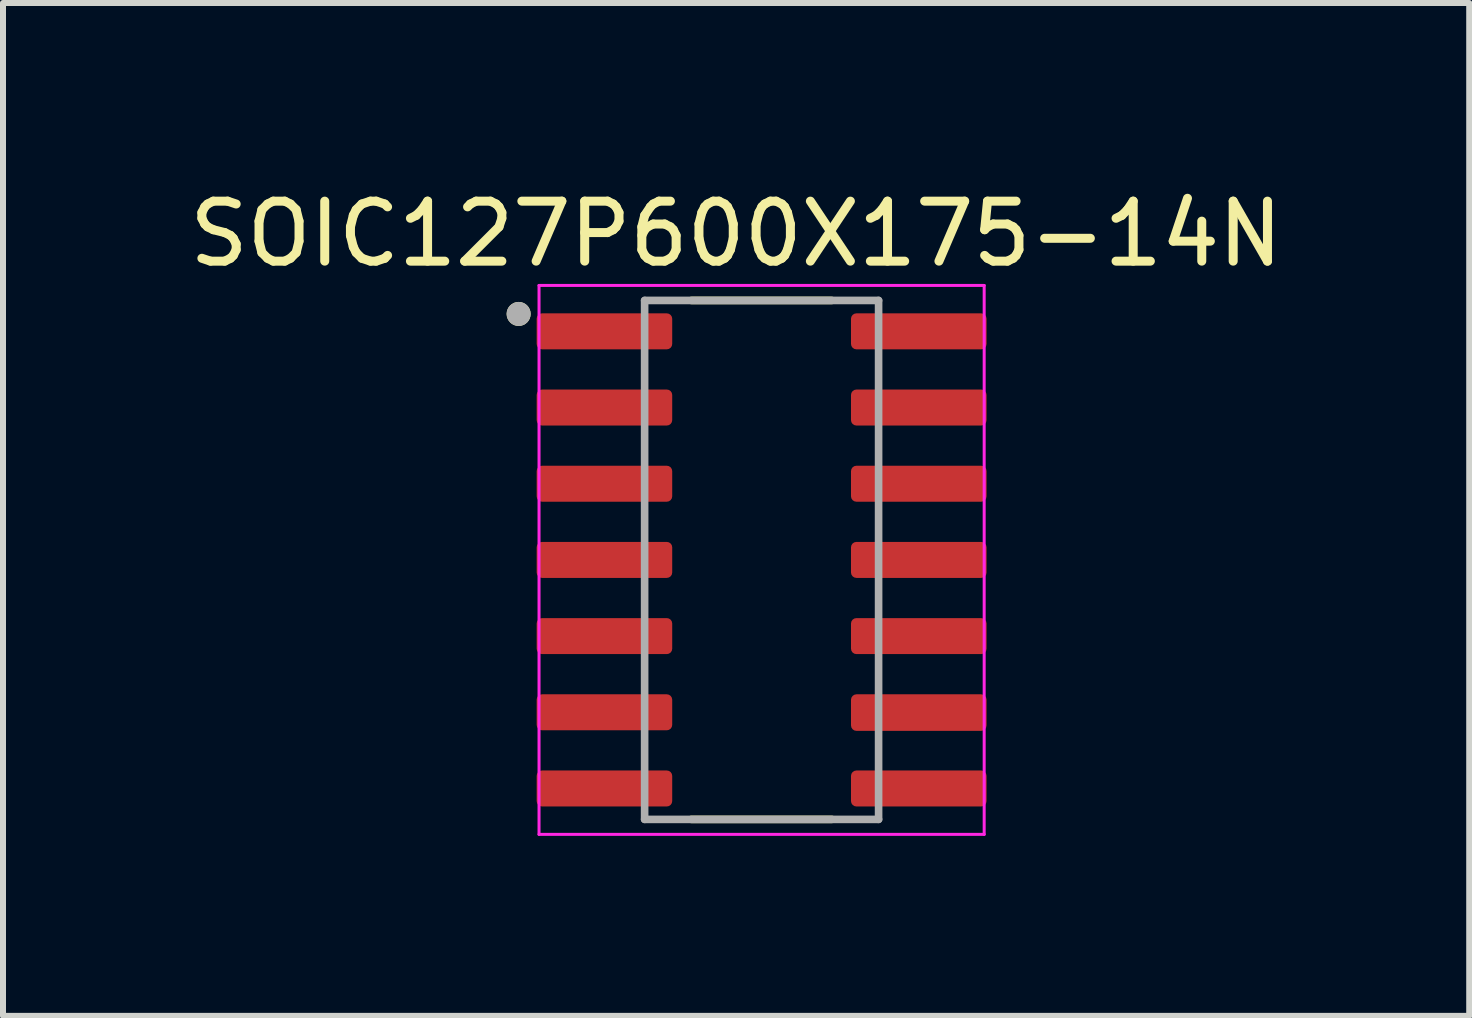
<source format=kicad_pcb>
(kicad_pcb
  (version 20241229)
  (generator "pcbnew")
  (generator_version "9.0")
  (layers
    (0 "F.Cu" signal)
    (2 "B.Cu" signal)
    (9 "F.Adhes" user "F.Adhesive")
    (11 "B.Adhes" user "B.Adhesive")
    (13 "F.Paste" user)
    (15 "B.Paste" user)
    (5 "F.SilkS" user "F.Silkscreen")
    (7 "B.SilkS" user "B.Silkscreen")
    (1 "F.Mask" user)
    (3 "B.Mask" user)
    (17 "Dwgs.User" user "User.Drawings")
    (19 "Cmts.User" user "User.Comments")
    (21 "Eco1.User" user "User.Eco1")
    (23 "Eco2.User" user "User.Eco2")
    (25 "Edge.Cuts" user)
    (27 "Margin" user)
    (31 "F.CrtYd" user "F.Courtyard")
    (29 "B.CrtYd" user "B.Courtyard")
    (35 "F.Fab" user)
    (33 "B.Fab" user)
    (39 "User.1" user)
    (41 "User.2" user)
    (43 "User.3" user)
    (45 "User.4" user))
  (footprint "SOIC127P600X175-14N"
    (layer "F.Cu")
    (at 9.645 6.283)
    (property "Reference" "SOIC127P600X175-14N" (at -0.425 -5.435 0) (layer "F.SilkS") (effects (font (size 1 1) (thickness 0.15))))
    (attr smd)
    (fp_line (start -1.17 -4.325) (end 1.17 -4.325) (stroke (width 0.127) (type solid)) (layer "F.SilkS"))
    (fp_line (start -1.17 4.325) (end 1.17 4.325) (stroke (width 0.127) (type solid)) (layer "F.SilkS"))
    (fp_circle (center -4.05 -4.1) (end -3.95 -4.1) (stroke (width 0.2) (type solid)) (fill no) (layer "F.SilkS"))
    (fp_line (start -3.71 -4.575) (end 3.71 -4.575) (stroke (width 0.05) (type solid)) (layer "F.CrtYd"))
    (fp_line (start -3.71 4.575) (end -3.71 -4.575) (stroke (width 0.05) (type solid)) (layer "F.CrtYd"))
    (fp_line (start 3.71 -4.575) (end 3.71 4.575) (stroke (width 0.05) (type solid)) (layer "F.CrtYd"))
    (fp_line (start 3.71 4.575) (end -3.71 4.575) (stroke (width 0.05) (type solid)) (layer "F.CrtYd"))
    (fp_line (start -1.95 -4.325) (end 1.95 -4.325) (stroke (width 0.127) (type solid)) (layer "F.Fab"))
    (fp_line (start -1.95 4.325) (end -1.95 -4.325) (stroke (width 0.127) (type solid)) (layer "F.Fab"))
    (fp_line (start 1.95 -4.325) (end 1.95 4.325) (stroke (width 0.127) (type solid)) (layer "F.Fab"))
    (fp_line (start 1.95 4.325) (end -1.95 4.325) (stroke (width 0.127) (type solid)) (layer "F.Fab"))
    (fp_circle (center -4.05 -4.1) (end -3.95 -4.1) (stroke (width 0.2) (type solid)) (fill no) (layer "F.Fab"))
    (pad "1" smd roundrect (at -2.62 -3.81) (size 2.26 0.6) (layers "F.Cu" "F.Mask" "F.Paste") (roundrect_rratio 0.15))
    (pad "2" smd roundrect (at -2.62 -2.54) (size 2.26 0.6) (layers "F.Cu" "F.Mask" "F.Paste") (roundrect_rratio 0.15))
    (pad "3" smd roundrect (at -2.62 -1.27) (size 2.26 0.6) (layers "F.Cu" "F.Mask" "F.Paste") (roundrect_rratio 0.15))
    (pad "4" smd roundrect (at -2.62 0) (size 2.26 0.6) (layers "F.Cu" "F.Mask" "F.Paste") (roundrect_rratio 0.15))
    (pad "5" smd roundrect (at -2.62 1.27) (size 2.26 0.6) (layers "F.Cu" "F.Mask" "F.Paste") (roundrect_rratio 0.15))
    (pad "6" smd roundrect (at -2.62 2.54) (size 2.26 0.6) (layers "F.Cu" "F.Mask" "F.Paste") (roundrect_rratio 0.15))
    (pad "7" smd roundrect (at -2.62 3.81) (size 2.26 0.6) (layers "F.Cu" "F.Mask" "F.Paste") (roundrect_rratio 0.15))
    (pad "8" smd roundrect (at 2.62 3.81) (size 2.26 0.6) (layers "F.Cu" "F.Mask" "F.Paste") (roundrect_rratio 0.15))
    (pad "9" smd roundrect (at 2.62 2.545) (size 2.26 0.61) (layers "F.Cu" "F.Mask" "F.Paste") (roundrect_rratio 0.15))
    (pad "10" smd roundrect (at 2.62 1.27) (size 2.26 0.6) (layers "F.Cu" "F.Mask" "F.Paste") (roundrect_rratio 0.15))
    (pad "11" smd roundrect (at 2.62 0) (size 2.26 0.6) (layers "F.Cu" "F.Mask" "F.Paste") (roundrect_rratio 0.15))
    (pad "12" smd roundrect (at 2.62 -1.27) (size 2.26 0.6) (layers "F.Cu" "F.Mask" "F.Paste") (roundrect_rratio 0.15))
    (pad "13" smd roundrect (at 2.62 -2.54) (size 2.26 0.6) (layers "F.Cu" "F.Mask" "F.Paste") (roundrect_rratio 0.15))
    (pad "14" smd roundrect (at 2.62 -3.81) (size 2.26 0.6) (layers "F.Cu" "F.Mask" "F.Paste") (roundrect_rratio 0.15)))
  (gr_rect
    (start -3 -3)
    (end 21.44 13.883)
    (stroke (width 0.1) (type default))
    (fill no)
    (layer "Edge.Cuts")))
</source>
